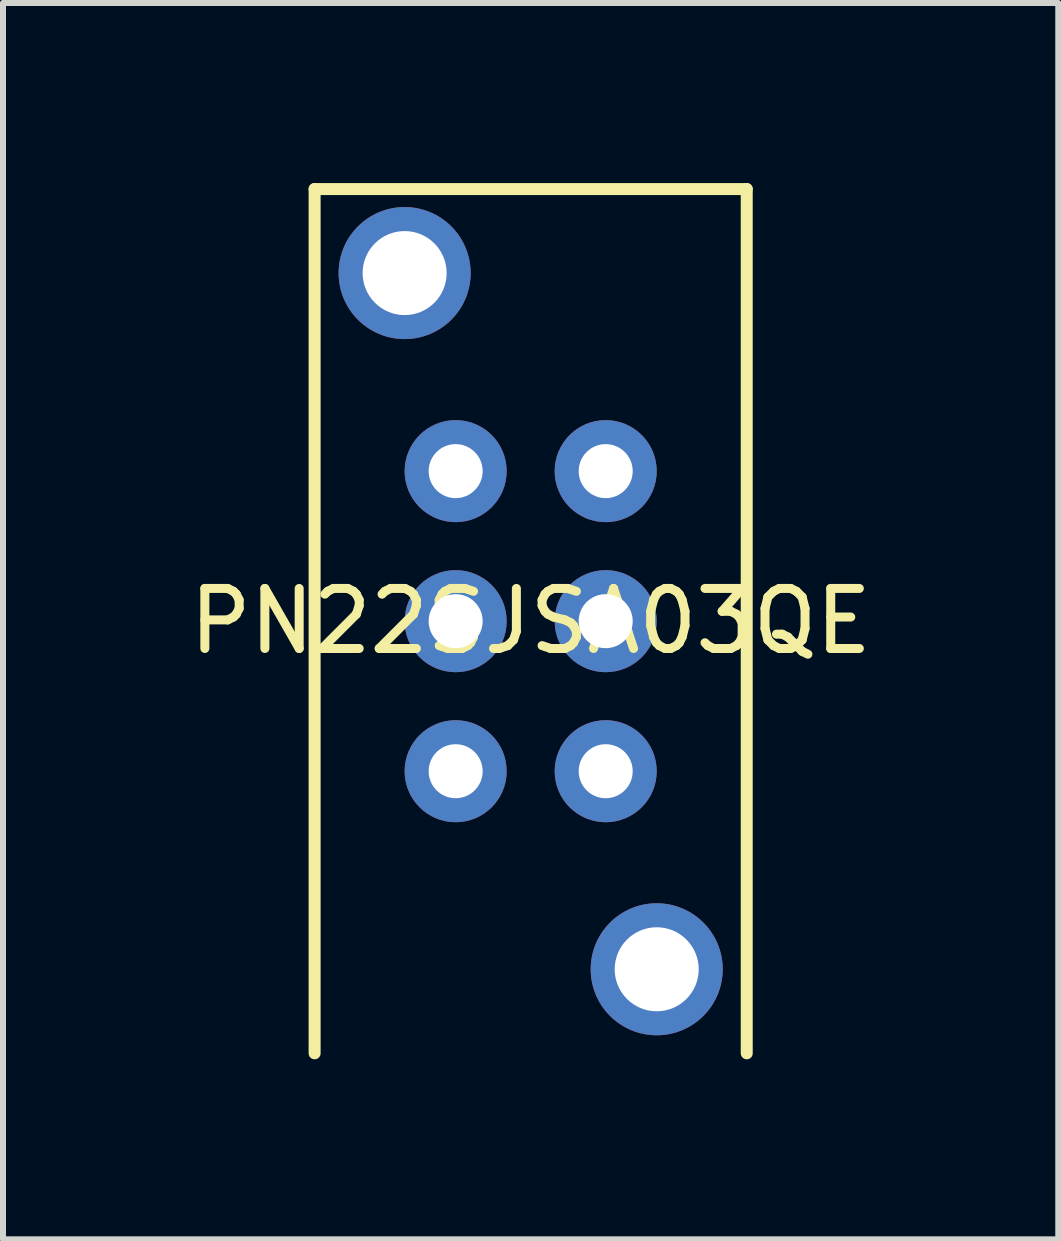
<source format=kicad_pcb>
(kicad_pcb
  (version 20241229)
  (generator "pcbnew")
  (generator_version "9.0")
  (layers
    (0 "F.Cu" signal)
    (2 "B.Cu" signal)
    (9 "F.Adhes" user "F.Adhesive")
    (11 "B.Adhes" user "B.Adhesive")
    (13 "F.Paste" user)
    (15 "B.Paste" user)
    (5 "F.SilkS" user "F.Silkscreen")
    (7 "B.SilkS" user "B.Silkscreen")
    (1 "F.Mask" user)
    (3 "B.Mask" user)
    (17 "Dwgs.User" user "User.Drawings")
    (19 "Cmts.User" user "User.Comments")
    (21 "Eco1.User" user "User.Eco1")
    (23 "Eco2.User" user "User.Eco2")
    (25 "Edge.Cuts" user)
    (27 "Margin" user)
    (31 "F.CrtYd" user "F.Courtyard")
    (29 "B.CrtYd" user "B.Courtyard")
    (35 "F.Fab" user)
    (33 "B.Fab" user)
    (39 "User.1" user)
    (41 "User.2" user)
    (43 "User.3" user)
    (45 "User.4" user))
  (footprint "PN22SJSA03QE"
    (layer "F.Cu")
    (at 5.792 7.3)
    (property "Reference" "PN22SJSA03QE" (at 0 0 0) (layer "F.SilkS") (effects (font (size 1 1) (thickness 0.15))))
    (attr through_hole)
    (fp_line (start -3.6 -7.2) (end -3.6 7.2) (stroke (width 0.2) (type solid)) (layer "F.SilkS"))
    (fp_line (start -3.6 -7.2) (end 3.6 -7.2) (stroke (width 0.2) (type solid)) (layer "F.SilkS"))
    (fp_line (start 3.6 -7.2) (end 3.6 7.2) (stroke (width 0.2) (type solid)) (layer "F.SilkS"))
    (pad "" thru_hole circle (at -2.1 -5.8) (size 2.2 2.2) (drill 1.4) (layers "*.Cu" "*.Mask"))
    (pad "" thru_hole circle (at 2.1 5.8) (size 2.2 2.2) (drill 1.4) (layers "*.Cu" "*.Mask"))
    (pad "1" thru_hole circle (at -1.25 -2.5) (size 1.7 1.7) (drill 0.9) (layers "*.Cu" "*.Mask"))
    (pad "2" thru_hole circle (at -1.25 0) (size 1.7 1.7) (drill 0.9) (layers "*.Cu" "*.Mask"))
    (pad "3" thru_hole circle (at -1.25 2.5) (size 1.7 1.7) (drill 0.9) (layers "*.Cu" "*.Mask"))
    (pad "4" thru_hole circle (at 1.25 -2.5) (size 1.7 1.7) (drill 0.9) (layers "*.Cu" "*.Mask"))
    (pad "5" thru_hole circle (at 1.25 0) (size 1.7 1.7) (drill 0.9) (layers "*.Cu" "*.Mask"))
    (pad "6" thru_hole circle (at 1.25 2.5) (size 1.7 1.7) (drill 0.9) (layers "*.Cu" "*.Mask")))
  (gr_rect
    (start -3 -3)
    (end 14.583 17.6)
    (stroke (width 0.1) (type default))
    (fill no)
    (layer "Edge.Cuts")))
</source>
